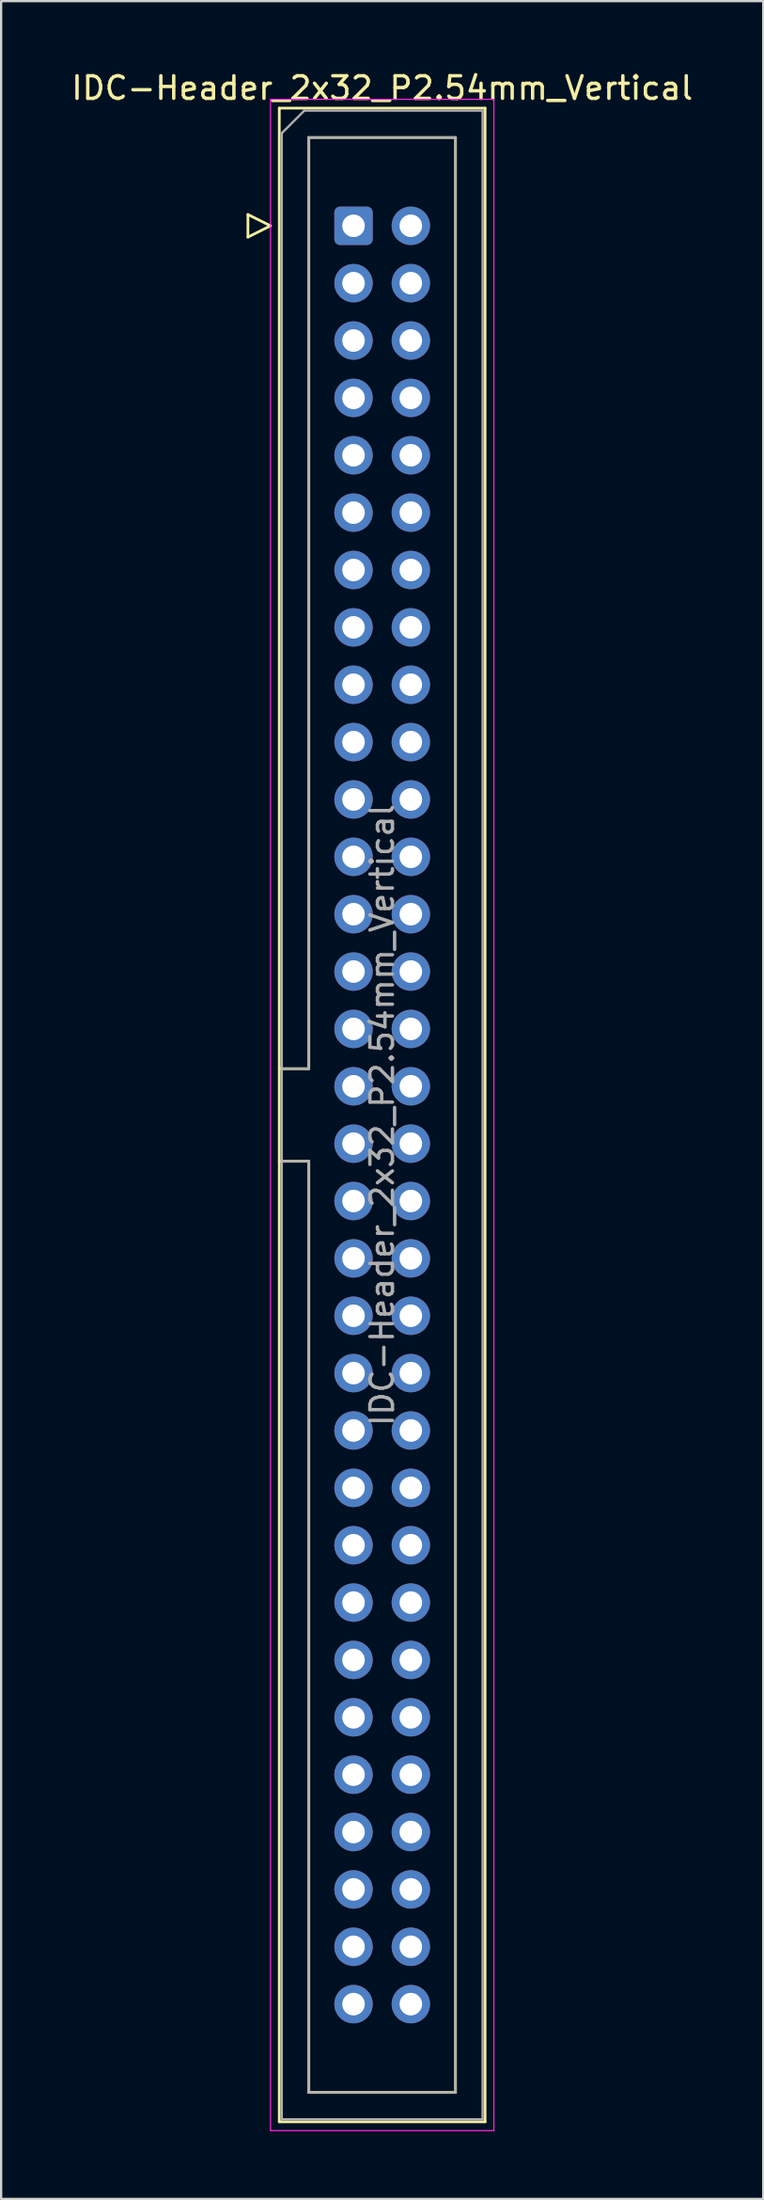
<source format=kicad_pcb>
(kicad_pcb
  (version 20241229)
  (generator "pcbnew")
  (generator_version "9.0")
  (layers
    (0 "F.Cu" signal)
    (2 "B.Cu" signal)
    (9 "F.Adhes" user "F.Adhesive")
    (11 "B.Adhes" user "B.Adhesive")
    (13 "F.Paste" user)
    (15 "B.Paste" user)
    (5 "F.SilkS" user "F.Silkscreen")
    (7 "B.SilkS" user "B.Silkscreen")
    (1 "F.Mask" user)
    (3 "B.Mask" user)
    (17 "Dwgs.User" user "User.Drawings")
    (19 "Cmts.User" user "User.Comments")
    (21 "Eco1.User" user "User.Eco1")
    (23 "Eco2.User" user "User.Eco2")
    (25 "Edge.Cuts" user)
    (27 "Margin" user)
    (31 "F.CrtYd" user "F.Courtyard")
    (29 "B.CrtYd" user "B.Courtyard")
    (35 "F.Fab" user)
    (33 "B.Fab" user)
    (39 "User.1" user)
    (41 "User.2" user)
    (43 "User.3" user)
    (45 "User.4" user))
  (footprint "IDC-Header_2x32_P2.54mm_Vertical"
    (layer "F.Cu")
    (at 12.617 6.948)
    (property "Reference" "IDC-Header_2x32_P2.54mm_Vertical" (at 1.27 -6.1 0) (layer "F.SilkS") (effects (font (size 1 1) (thickness 0.15))))
    (attr through_hole)
    (fp_line (start -4.68 -0.5) (end -4.68 0.5) (stroke (width 0.12) (type solid)) (layer "F.SilkS"))
    (fp_line (start -4.68 0.5) (end -3.68 0) (stroke (width 0.12) (type solid)) (layer "F.SilkS"))
    (fp_line (start -3.68 0) (end -4.68 -0.5) (stroke (width 0.12) (type solid)) (layer "F.SilkS"))
    (fp_line (start -3.29 -5.21) (end 5.83 -5.21) (stroke (width 0.12) (type solid)) (layer "F.SilkS"))
    (fp_line (start -3.29 37.32) (end -1.98 37.32) (stroke (width 0.12) (type solid)) (layer "F.SilkS"))
    (fp_line (start -3.29 83.95) (end -3.29 -5.21) (stroke (width 0.12) (type solid)) (layer "F.SilkS"))
    (fp_line (start -1.98 -3.91) (end 4.52 -3.91) (stroke (width 0.12) (type solid)) (layer "F.SilkS"))
    (fp_line (start -1.98 37.32) (end -1.98 -3.91) (stroke (width 0.12) (type solid)) (layer "F.SilkS"))
    (fp_line (start -1.98 41.42) (end -3.29 41.42) (stroke (width 0.12) (type solid)) (layer "F.SilkS"))
    (fp_line (start -1.98 82.65) (end -1.98 41.42) (stroke (width 0.12) (type solid)) (layer "F.SilkS"))
    (fp_line (start 4.52 -3.91) (end 4.52 82.65) (stroke (width 0.12) (type solid)) (layer "F.SilkS"))
    (fp_line (start 4.52 82.65) (end -1.98 82.65) (stroke (width 0.12) (type solid)) (layer "F.SilkS"))
    (fp_line (start 5.83 -5.21) (end 5.83 83.95) (stroke (width 0.12) (type solid)) (layer "F.SilkS"))
    (fp_line (start 5.83 83.95) (end -3.29 83.95) (stroke (width 0.12) (type solid)) (layer "F.SilkS"))
    (fp_line (start -3.68 -5.6) (end -3.68 84.34) (stroke (width 0.05) (type solid)) (layer "F.CrtYd"))
    (fp_line (start -3.68 84.34) (end 6.22 84.34) (stroke (width 0.05) (type solid)) (layer "F.CrtYd"))
    (fp_line (start 6.22 -5.6) (end -3.68 -5.6) (stroke (width 0.05) (type solid)) (layer "F.CrtYd"))
    (fp_line (start 6.22 84.34) (end 6.22 -5.6) (stroke (width 0.05) (type solid)) (layer "F.CrtYd"))
    (fp_line (start -3.18 -4.1) (end -2.18 -5.1) (stroke (width 0.1) (type solid)) (layer "F.Fab"))
    (fp_line (start -3.18 37.32) (end -1.98 37.32) (stroke (width 0.1) (type solid)) (layer "F.Fab"))
    (fp_line (start -3.18 83.84) (end -3.18 -4.1) (stroke (width 0.1) (type solid)) (layer "F.Fab"))
    (fp_line (start -2.18 -5.1) (end 5.72 -5.1) (stroke (width 0.1) (type solid)) (layer "F.Fab"))
    (fp_line (start -1.98 -3.91) (end 4.52 -3.91) (stroke (width 0.1) (type solid)) (layer "F.Fab"))
    (fp_line (start -1.98 37.32) (end -1.98 -3.91) (stroke (width 0.1) (type solid)) (layer "F.Fab"))
    (fp_line (start -1.98 41.42) (end -3.18 41.42) (stroke (width 0.1) (type solid)) (layer "F.Fab"))
    (fp_line (start -1.98 82.65) (end -1.98 41.42) (stroke (width 0.1) (type solid)) (layer "F.Fab"))
    (fp_line (start 4.52 -3.91) (end 4.52 82.65) (stroke (width 0.1) (type solid)) (layer "F.Fab"))
    (fp_line (start 4.52 82.65) (end -1.98 82.65) (stroke (width 0.1) (type solid)) (layer "F.Fab"))
    (fp_line (start 5.72 -5.1) (end 5.72 83.84) (stroke (width 0.1) (type solid)) (layer "F.Fab"))
    (fp_line (start 5.72 83.84) (end -3.18 83.84) (stroke (width 0.1) (type solid)) (layer "F.Fab"))
    (fp_text user "${REFERENCE}" (at 1.27 39.37 90) (layer "F.Fab") (effects (font (size 1 1) (thickness 0.15))))
    (pad "1" thru_hole roundrect (at 0 0) (size 1.7 1.7) (drill 1) (layers "*.Cu" "*.Mask") (roundrect_rratio 0.147))
    (pad "2" thru_hole circle (at 2.54 0) (size 1.7 1.7) (drill 1) (layers "*.Cu" "*.Mask"))
    (pad "3" thru_hole circle (at 0 2.54) (size 1.7 1.7) (drill 1) (layers "*.Cu" "*.Mask"))
    (pad "4" thru_hole circle (at 2.54 2.54) (size 1.7 1.7) (drill 1) (layers "*.Cu" "*.Mask"))
    (pad "5" thru_hole circle (at 0 5.08) (size 1.7 1.7) (drill 1) (layers "*.Cu" "*.Mask"))
    (pad "6" thru_hole circle (at 2.54 5.08) (size 1.7 1.7) (drill 1) (layers "*.Cu" "*.Mask"))
    (pad "7" thru_hole circle (at 0 7.62) (size 1.7 1.7) (drill 1) (layers "*.Cu" "*.Mask"))
    (pad "8" thru_hole circle (at 2.54 7.62) (size 1.7 1.7) (drill 1) (layers "*.Cu" "*.Mask"))
    (pad "9" thru_hole circle (at 0 10.16) (size 1.7 1.7) (drill 1) (layers "*.Cu" "*.Mask"))
    (pad "10" thru_hole circle (at 2.54 10.16) (size 1.7 1.7) (drill 1) (layers "*.Cu" "*.Mask"))
    (pad "11" thru_hole circle (at 0 12.7) (size 1.7 1.7) (drill 1) (layers "*.Cu" "*.Mask"))
    (pad "12" thru_hole circle (at 2.54 12.7) (size 1.7 1.7) (drill 1) (layers "*.Cu" "*.Mask"))
    (pad "13" thru_hole circle (at 0 15.24) (size 1.7 1.7) (drill 1) (layers "*.Cu" "*.Mask"))
    (pad "14" thru_hole circle (at 2.54 15.24) (size 1.7 1.7) (drill 1) (layers "*.Cu" "*.Mask"))
    (pad "15" thru_hole circle (at 0 17.78) (size 1.7 1.7) (drill 1) (layers "*.Cu" "*.Mask"))
    (pad "16" thru_hole circle (at 2.54 17.78) (size 1.7 1.7) (drill 1) (layers "*.Cu" "*.Mask"))
    (pad "17" thru_hole circle (at 0 20.32) (size 1.7 1.7) (drill 1) (layers "*.Cu" "*.Mask"))
    (pad "18" thru_hole circle (at 2.54 20.32) (size 1.7 1.7) (drill 1) (layers "*.Cu" "*.Mask"))
    (pad "19" thru_hole circle (at 0 22.86) (size 1.7 1.7) (drill 1) (layers "*.Cu" "*.Mask"))
    (pad "20" thru_hole circle (at 2.54 22.86) (size 1.7 1.7) (drill 1) (layers "*.Cu" "*.Mask"))
    (pad "21" thru_hole circle (at 0 25.4) (size 1.7 1.7) (drill 1) (layers "*.Cu" "*.Mask"))
    (pad "22" thru_hole circle (at 2.54 25.4) (size 1.7 1.7) (drill 1) (layers "*.Cu" "*.Mask"))
    (pad "23" thru_hole circle (at 0 27.94) (size 1.7 1.7) (drill 1) (layers "*.Cu" "*.Mask"))
    (pad "24" thru_hole circle (at 2.54 27.94) (size 1.7 1.7) (drill 1) (layers "*.Cu" "*.Mask"))
    (pad "25" thru_hole circle (at 0 30.48) (size 1.7 1.7) (drill 1) (layers "*.Cu" "*.Mask"))
    (pad "26" thru_hole circle (at 2.54 30.48) (size 1.7 1.7) (drill 1) (layers "*.Cu" "*.Mask"))
    (pad "27" thru_hole circle (at 0 33.02) (size 1.7 1.7) (drill 1) (layers "*.Cu" "*.Mask"))
    (pad "28" thru_hole circle (at 2.54 33.02) (size 1.7 1.7) (drill 1) (layers "*.Cu" "*.Mask"))
    (pad "29" thru_hole circle (at 0 35.56) (size 1.7 1.7) (drill 1) (layers "*.Cu" "*.Mask"))
    (pad "30" thru_hole circle (at 2.54 35.56) (size 1.7 1.7) (drill 1) (layers "*.Cu" "*.Mask"))
    (pad "31" thru_hole circle (at 0 38.1) (size 1.7 1.7) (drill 1) (layers "*.Cu" "*.Mask"))
    (pad "32" thru_hole circle (at 2.54 38.1) (size 1.7 1.7) (drill 1) (layers "*.Cu" "*.Mask"))
    (pad "33" thru_hole circle (at 0 40.64) (size 1.7 1.7) (drill 1) (layers "*.Cu" "*.Mask"))
    (pad "34" thru_hole circle (at 2.54 40.64) (size 1.7 1.7) (drill 1) (layers "*.Cu" "*.Mask"))
    (pad "35" thru_hole circle (at 0 43.18) (size 1.7 1.7) (drill 1) (layers "*.Cu" "*.Mask"))
    (pad "36" thru_hole circle (at 2.54 43.18) (size 1.7 1.7) (drill 1) (layers "*.Cu" "*.Mask"))
    (pad "37" thru_hole circle (at 0 45.72) (size 1.7 1.7) (drill 1) (layers "*.Cu" "*.Mask"))
    (pad "38" thru_hole circle (at 2.54 45.72) (size 1.7 1.7) (drill 1) (layers "*.Cu" "*.Mask"))
    (pad "39" thru_hole circle (at 0 48.26) (size 1.7 1.7) (drill 1) (layers "*.Cu" "*.Mask"))
    (pad "40" thru_hole circle (at 2.54 48.26) (size 1.7 1.7) (drill 1) (layers "*.Cu" "*.Mask"))
    (pad "41" thru_hole circle (at 0 50.8) (size 1.7 1.7) (drill 1) (layers "*.Cu" "*.Mask"))
    (pad "42" thru_hole circle (at 2.54 50.8) (size 1.7 1.7) (drill 1) (layers "*.Cu" "*.Mask"))
    (pad "43" thru_hole circle (at 0 53.34) (size 1.7 1.7) (drill 1) (layers "*.Cu" "*.Mask"))
    (pad "44" thru_hole circle (at 2.54 53.34) (size 1.7 1.7) (drill 1) (layers "*.Cu" "*.Mask"))
    (pad "45" thru_hole circle (at 0 55.88) (size 1.7 1.7) (drill 1) (layers "*.Cu" "*.Mask"))
    (pad "46" thru_hole circle (at 2.54 55.88) (size 1.7 1.7) (drill 1) (layers "*.Cu" "*.Mask"))
    (pad "47" thru_hole circle (at 0 58.42) (size 1.7 1.7) (drill 1) (layers "*.Cu" "*.Mask"))
    (pad "48" thru_hole circle (at 2.54 58.42) (size 1.7 1.7) (drill 1) (layers "*.Cu" "*.Mask"))
    (pad "49" thru_hole circle (at 0 60.96) (size 1.7 1.7) (drill 1) (layers "*.Cu" "*.Mask"))
    (pad "50" thru_hole circle (at 2.54 60.96) (size 1.7 1.7) (drill 1) (layers "*.Cu" "*.Mask"))
    (pad "51" thru_hole circle (at 0 63.5) (size 1.7 1.7) (drill 1) (layers "*.Cu" "*.Mask"))
    (pad "52" thru_hole circle (at 2.54 63.5) (size 1.7 1.7) (drill 1) (layers "*.Cu" "*.Mask"))
    (pad "53" thru_hole circle (at 0 66.04) (size 1.7 1.7) (drill 1) (layers "*.Cu" "*.Mask"))
    (pad "54" thru_hole circle (at 2.54 66.04) (size 1.7 1.7) (drill 1) (layers "*.Cu" "*.Mask"))
    (pad "55" thru_hole circle (at 0 68.58) (size 1.7 1.7) (drill 1) (layers "*.Cu" "*.Mask"))
    (pad "56" thru_hole circle (at 2.54 68.58) (size 1.7 1.7) (drill 1) (layers "*.Cu" "*.Mask"))
    (pad "57" thru_hole circle (at 0 71.12) (size 1.7 1.7) (drill 1) (layers "*.Cu" "*.Mask"))
    (pad "58" thru_hole circle (at 2.54 71.12) (size 1.7 1.7) (drill 1) (layers "*.Cu" "*.Mask"))
    (pad "59" thru_hole circle (at 0 73.66) (size 1.7 1.7) (drill 1) (layers "*.Cu" "*.Mask"))
    (pad "60" thru_hole circle (at 2.54 73.66) (size 1.7 1.7) (drill 1) (layers "*.Cu" "*.Mask"))
    (pad "61" thru_hole circle (at 0 76.2) (size 1.7 1.7) (drill 1) (layers "*.Cu" "*.Mask"))
    (pad "62" thru_hole circle (at 2.54 76.2) (size 1.7 1.7) (drill 1) (layers "*.Cu" "*.Mask"))
    (pad "63" thru_hole circle (at 0 78.74) (size 1.7 1.7) (drill 1) (layers "*.Cu" "*.Mask"))
    (pad "64" thru_hole circle (at 2.54 78.74) (size 1.7 1.7) (drill 1) (layers "*.Cu" "*.Mask")))
  (gr_rect
    (start -3 -3)
    (end 30.774 94.313)
    (stroke (width 0.1) (type default))
    (fill no)
    (layer "Edge.Cuts")))
</source>
